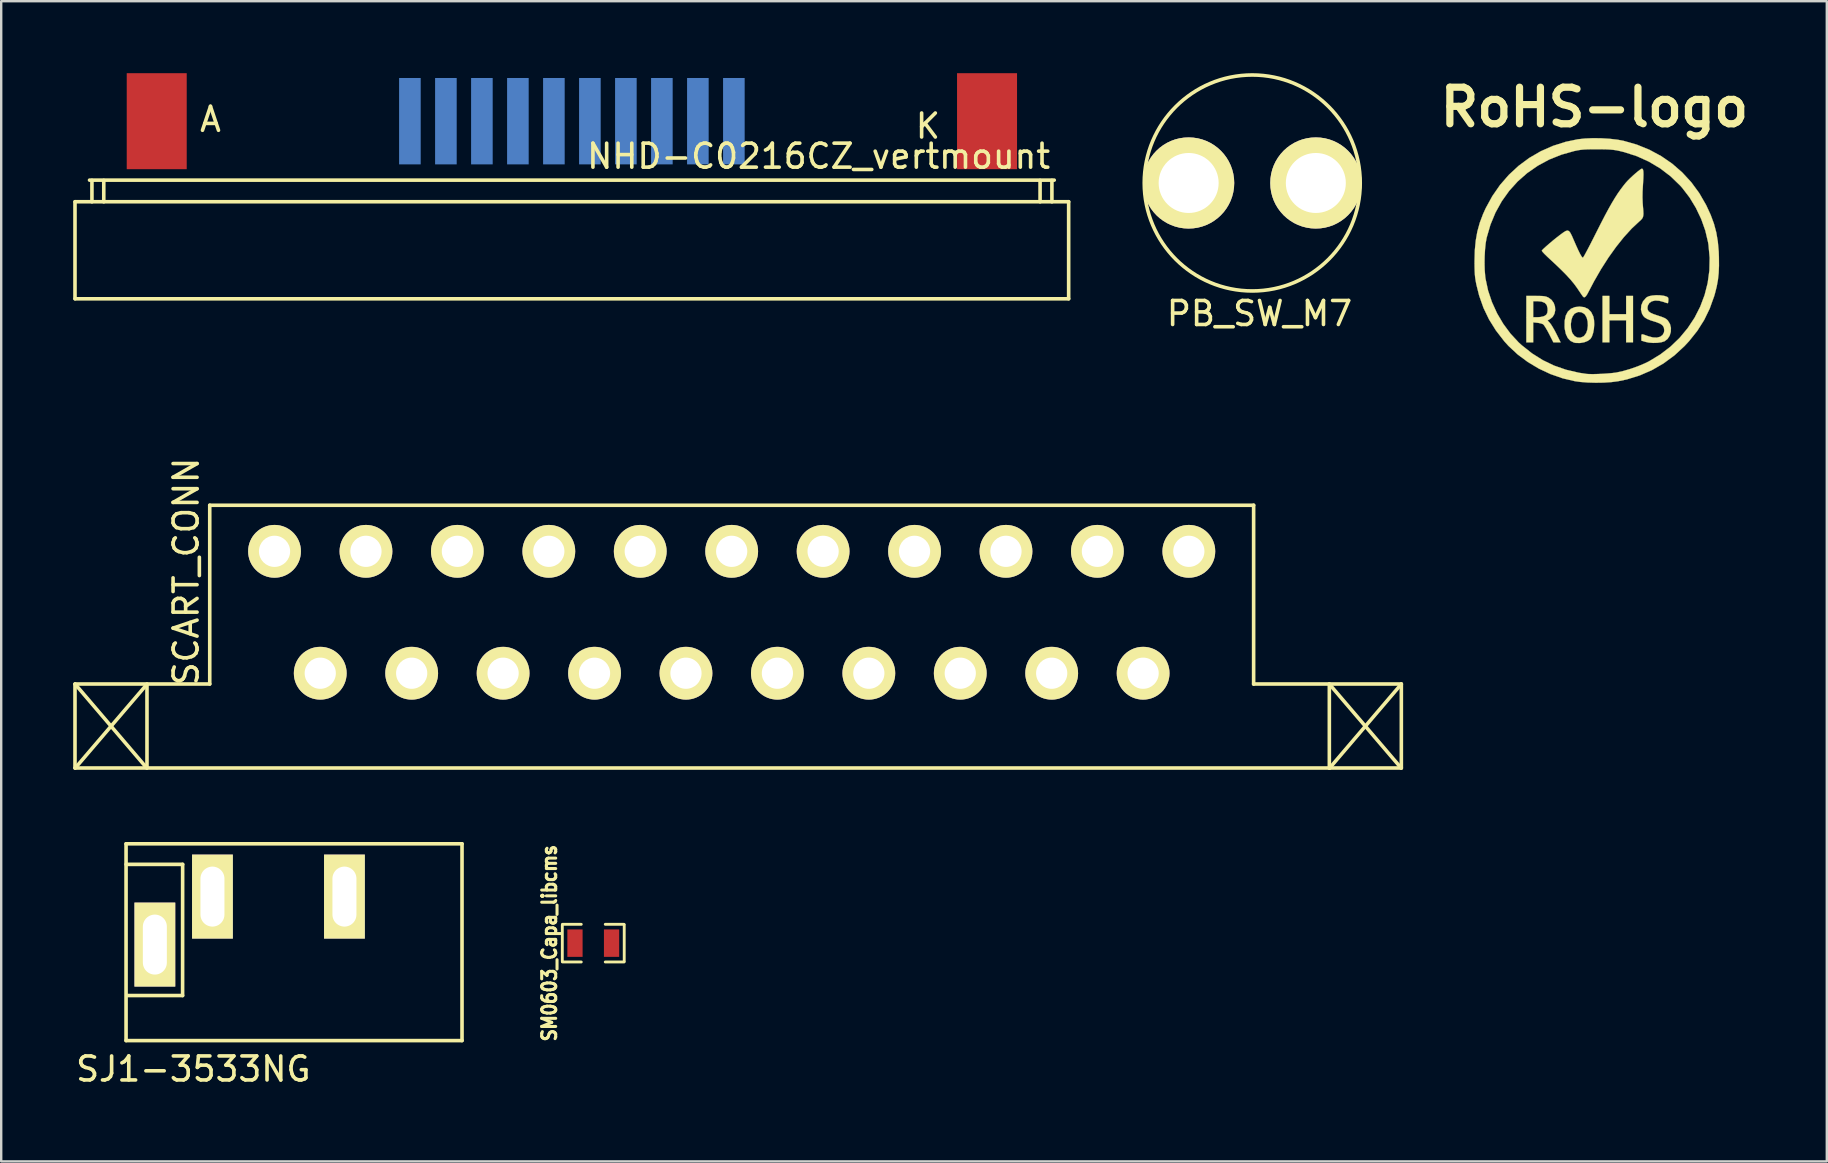
<source format=kicad_pcb>
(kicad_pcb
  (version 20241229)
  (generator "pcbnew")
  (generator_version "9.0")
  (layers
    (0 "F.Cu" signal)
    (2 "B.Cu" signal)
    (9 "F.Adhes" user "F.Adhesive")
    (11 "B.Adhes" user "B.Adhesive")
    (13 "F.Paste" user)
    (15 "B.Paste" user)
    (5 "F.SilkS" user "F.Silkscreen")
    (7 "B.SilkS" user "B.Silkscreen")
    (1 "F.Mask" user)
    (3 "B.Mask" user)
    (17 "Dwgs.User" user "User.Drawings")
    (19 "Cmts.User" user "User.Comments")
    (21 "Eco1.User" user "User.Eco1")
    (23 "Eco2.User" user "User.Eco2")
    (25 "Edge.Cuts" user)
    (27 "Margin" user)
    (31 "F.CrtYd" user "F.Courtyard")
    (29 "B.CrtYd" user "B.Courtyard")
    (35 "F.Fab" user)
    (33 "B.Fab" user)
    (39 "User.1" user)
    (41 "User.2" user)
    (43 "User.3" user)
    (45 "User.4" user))
  (footprint "SJ1-3533NG"
    (layer "F.Cu")
    (at 3.403 35.412)
    (property "Reference" "SJ1-3533NG" (at 1.603 6.086 0) (layer "F.SilkS") (effects (font (size 1 1) (thickness 0.15))))
    (attr through_hole)
    (fp_line (start -1.2 -3.3) (end -1.2 4.9) (stroke (width 0.15) (type solid)) (layer "F.SilkS"))
    (fp_line (start -1.2 4.9) (end 12.8 4.9) (stroke (width 0.15) (type solid)) (layer "F.SilkS"))
    (fp_line (start -1.168 3.023) (end 1.156 3.023) (stroke (width 0.15) (type solid)) (layer "F.SilkS"))
    (fp_line (start 1.156 3.023) (end 1.158 -2.443) (stroke (width 0.15) (type solid)) (layer "F.SilkS"))
    (fp_line (start 1.158 -2.443) (end -1.196 -2.443) (stroke (width 0.15) (type solid)) (layer "F.SilkS"))
    (fp_line (start 12.8 -3.3) (end -1.2 -3.3) (stroke (width 0.15) (type solid)) (layer "F.SilkS"))
    (fp_line (start 12.8 4.9) (end 12.8 -3.3) (stroke (width 0.15) (type solid)) (layer "F.SilkS"))
    (pad "1" thru_hole rect (at 0 0.9) (size 1.7 3.5) (drill oval 1 2.5) (layers "*.Cu" "*.Mask" "F.SilkS"))
    (pad "2" thru_hole rect (at 2.4 -1.1) (size 1.7 3.5) (drill oval 1 2.5) (layers "*.Cu" "*.Mask" "F.SilkS"))
    (pad "3" thru_hole rect (at 7.9 -1.1) (size 1.7 3.5) (drill oval 1 2.5) (layers "*.Cu" "*.Mask" "F.SilkS")))
  (footprint "SM0603_Capa_libcms"
    (layer "F.Cu")
    (at 21.672 36.252)
    (property "Reference" "SM0603_Capa_libcms" (at -1.829 0 90) (layer "F.SilkS") (effects (font (size 0.584 0.508) (thickness 0.127))))
    (attr smd)
    (fp_line (start -1.29 0.762) (end -1.29 -0.762) (stroke (width 0.119) (type solid)) (layer "F.SilkS"))
    (fp_line (start -1.283 -0.785) (end -0.5 -0.785) (stroke (width 0.119) (type solid)) (layer "F.SilkS"))
    (fp_line (start -0.5 0.785) (end -1.283 0.785) (stroke (width 0.119) (type solid)) (layer "F.SilkS"))
    (fp_line (start 0.5 -0.785) (end 1.283 -0.785) (stroke (width 0.119) (type solid)) (layer "F.SilkS"))
    (fp_line (start 0.5 0.785) (end 1.283 0.785) (stroke (width 0.119) (type solid)) (layer "F.SilkS"))
    (fp_line (start 1.29 -0.762) (end 1.29 0.762) (stroke (width 0.119) (type solid)) (layer "F.SilkS"))
    (pad "1" smd rect (at -0.762 0) (size 0.635 1.143) (layers "F.Cu" "F.Mask" "F.Paste"))
    (pad "2" smd rect (at 0.762 0) (size 0.635 1.143) (layers "F.Cu" "F.Mask" "F.Paste")))
  (footprint "SCART_CONN"
    (layer "F.Cu")
    (at 44.585 25.004)
    (property "Reference" "SCART_CONN" (at -39.878 -4.237 90) (layer "F.SilkS") (effects (font (size 1 1) (thickness 0.15))))
    (attr through_hole)
    (fp_line (start -44.51 3.95) (end -44.51 0.45) (stroke (width 0.15) (type solid)) (layer "F.SilkS"))
    (fp_line (start -44.499 0.46) (end -41.527 3.94) (stroke (width 0.15) (type solid)) (layer "F.SilkS"))
    (fp_line (start -44.492 3.942) (end -41.525 0.475) (stroke (width 0.15) (type solid)) (layer "F.SilkS"))
    (fp_line (start -41.51 3.95) (end -41.51 0.45) (stroke (width 0.15) (type solid)) (layer "F.SilkS"))
    (fp_line (start -38.895 -7) (end 4.605 -7) (stroke (width 0.15) (type solid)) (layer "F.SilkS"))
    (fp_line (start -38.895 0.45) (end -44.51 0.45) (stroke (width 0.15) (type solid)) (layer "F.SilkS"))
    (fp_line (start -38.895 0.45) (end -38.895 -7) (stroke (width 0.15) (type solid)) (layer "F.SilkS"))
    (fp_line (start 4.605 -7) (end 4.605 0.45) (stroke (width 0.15) (type solid)) (layer "F.SilkS"))
    (fp_line (start 4.605 0.45) (end 10.76 0.45) (stroke (width 0.15) (type solid)) (layer "F.SilkS"))
    (fp_line (start 7.76 0.452) (end 10.747 3.945) (stroke (width 0.15) (type solid)) (layer "F.SilkS"))
    (fp_line (start 7.76 0.45) (end 7.76 3.95) (stroke (width 0.15) (type solid)) (layer "F.SilkS"))
    (fp_line (start 7.767 3.957) (end 10.757 0.455) (stroke (width 0.15) (type solid)) (layer "F.SilkS"))
    (fp_line (start 10.76 0.45) (end 10.76 3.95) (stroke (width 0.15) (type solid)) (layer "F.SilkS"))
    (fp_line (start 10.76 3.95) (end -44.51 3.95) (stroke (width 0.15) (type solid)) (layer "F.SilkS"))
    (pad "1" thru_hole circle (at 1.905 -5.08) (size 2.2 2.2) (drill 1.3) (layers "*.Cu" "*.Mask" "F.SilkS"))
    (pad "2" thru_hole circle (at 0 0) (size 2.2 2.2) (drill 1.3) (layers "*.Cu" "*.Mask" "F.SilkS"))
    (pad "3" thru_hole circle (at -1.905 -5.08) (size 2.2 2.2) (drill 1.3) (layers "*.Cu" "*.Mask" "F.SilkS"))
    (pad "4" thru_hole circle (at -3.81 0) (size 2.2 2.2) (drill 1.3) (layers "*.Cu" "*.Mask" "F.SilkS"))
    (pad "5" thru_hole circle (at -5.715 -5.08) (size 2.2 2.2) (drill 1.3) (layers "*.Cu" "*.Mask" "F.SilkS"))
    (pad "6" thru_hole circle (at -7.62 0) (size 2.2 2.2) (drill 1.3) (layers "*.Cu" "*.Mask" "F.SilkS"))
    (pad "7" thru_hole circle (at -9.525 -5.08) (size 2.2 2.2) (drill 1.3) (layers "*.Cu" "*.Mask" "F.SilkS"))
    (pad "8" thru_hole circle (at -11.43 0) (size 2.2 2.2) (drill 1.3) (layers "*.Cu" "*.Mask" "F.SilkS"))
    (pad "9" thru_hole circle (at -13.335 -5.08) (size 2.2 2.2) (drill 1.3) (layers "*.Cu" "*.Mask" "F.SilkS"))
    (pad "10" thru_hole circle (at -15.24 0) (size 2.2 2.2) (drill 1.3) (layers "*.Cu" "*.Mask" "F.SilkS"))
    (pad "11" thru_hole circle (at -17.145 -5.08) (size 2.2 2.2) (drill 1.3) (layers "*.Cu" "*.Mask" "F.SilkS"))
    (pad "12" thru_hole circle (at -19.05 0) (size 2.2 2.2) (drill 1.3) (layers "*.Cu" "*.Mask" "F.SilkS"))
    (pad "13" thru_hole circle (at -20.955 -5.08) (size 2.2 2.2) (drill 1.3) (layers "*.Cu" "*.Mask" "F.SilkS"))
    (pad "14" thru_hole circle (at -22.86 0) (size 2.2 2.2) (drill 1.3) (layers "*.Cu" "*.Mask" "F.SilkS"))
    (pad "15" thru_hole circle (at -24.765 -5.08) (size 2.2 2.2) (drill 1.3) (layers "*.Cu" "*.Mask" "F.SilkS"))
    (pad "16" thru_hole circle (at -26.67 0) (size 2.2 2.2) (drill 1.3) (layers "*.Cu" "*.Mask" "F.SilkS"))
    (pad "17" thru_hole circle (at -28.575 -5.08) (size 2.2 2.2) (drill 1.3) (layers "*.Cu" "*.Mask" "F.SilkS"))
    (pad "18" thru_hole circle (at -30.48 0) (size 2.2 2.2) (drill 1.3) (layers "*.Cu" "*.Mask" "F.SilkS"))
    (pad "19" thru_hole circle (at -32.385 -5.08) (size 2.2 2.2) (drill 1.3) (layers "*.Cu" "*.Mask" "F.SilkS"))
    (pad "20" thru_hole circle (at -34.29 0) (size 2.2 2.2) (drill 1.3) (layers "*.Cu" "*.Mask" "F.SilkS"))
    (pad "21" thru_hole circle (at -36.195 -5.08) (size 2.2 2.2) (drill 1.3) (layers "*.Cu" "*.Mask" "F.SilkS")))
  (footprint "NHD-C0216CZ_vertmount"
    (layer "F.Cu")
    (at 20.781 4.5)
    (property "Reference" "NHD-C0216CZ_vertmount" (at 10.282 -1.039 0) (layer "F.SilkS") (effects (font (size 1 1) (thickness 0.15))))
    (attr through_hole)
    (fp_line (start -20.706 0.856) (end -20.706 4.9) (stroke (width 0.15) (type solid)) (layer "F.SilkS"))
    (fp_line (start -20.7 0.856) (end 20.7 0.856) (stroke (width 0.15) (type solid)) (layer "F.SilkS"))
    (fp_line (start -20.7 4.9) (end 20.7 4.9) (stroke (width 0.15) (type solid)) (layer "F.SilkS"))
    (fp_line (start -20.1 -0.044) (end 20.1 -0.044) (stroke (width 0.15) (type solid)) (layer "F.SilkS"))
    (fp_line (start -20 -0.033) (end -20 0.859) (stroke (width 0.15) (type solid)) (layer "F.SilkS"))
    (fp_line (start -19.507 0.859) (end -19.507 -0.033) (stroke (width 0.15) (type solid)) (layer "F.SilkS"))
    (fp_line (start 19.51 -0.033) (end 19.51 0.859) (stroke (width 0.15) (type solid)) (layer "F.SilkS"))
    (fp_line (start 20.003 0.859) (end 20.003 -0.033) (stroke (width 0.15) (type solid)) (layer "F.SilkS"))
    (fp_line (start 20.701 0.856) (end 20.701 4.9) (stroke (width 0.15) (type solid)) (layer "F.SilkS"))
    (fp_text user "K" (at 14.836 -2.296 0) (layer "F.SilkS") (effects (font (size 1 1) (thickness 0.15))))
    (fp_text user "A" (at -15.06 -2.576 0) (layer "F.SilkS") (effects (font (size 1 1) (thickness 0.15))))
    (pad "1" smd rect (at 6.75 -2.5) (size 0.9 3.6) (layers "B.Cu" "B.Mask" "B.Paste"))
    (pad "2" smd rect (at 5.25 -2.5) (size 0.9 3.6) (layers "B.Cu" "B.Mask" "B.Paste"))
    (pad "3" smd rect (at 3.75 -2.5) (size 0.9 3.6) (layers "B.Cu" "B.Mask" "B.Paste"))
    (pad "4" smd rect (at 2.25 -2.5) (size 0.9 3.6) (layers "B.Cu" "B.Mask" "B.Paste"))
    (pad "5" smd rect (at 0.75 -2.5) (size 0.9 3.6) (layers "B.Cu" "B.Mask" "B.Paste"))
    (pad "6" smd rect (at -0.75 -2.5) (size 0.9 3.6) (layers "B.Cu" "B.Mask" "B.Paste"))
    (pad "7" smd rect (at -2.25 -2.5) (size 0.9 3.6) (layers "B.Cu" "B.Mask" "B.Paste"))
    (pad "8" smd rect (at -3.75 -2.5) (size 0.9 3.6) (layers "B.Cu" "B.Mask" "B.Paste"))
    (pad "9" smd rect (at -5.25 -2.5) (size 0.9 3.6) (layers "B.Cu" "B.Mask" "B.Paste"))
    (pad "10" smd rect (at -6.75 -2.5) (size 0.9 3.6) (layers "B.Cu" "B.Mask" "B.Paste"))
    (pad "11" smd rect (at -17.3 -2.5) (size 2.5 4) (layers "F.Cu" "F.Mask" "F.Paste"))
    (pad "12" smd rect (at 17.3 -2.5) (size 2.5 4) (layers "F.Cu" "F.Mask" "F.Paste")))
  (footprint "RoHS-logo"
    (layer "F.Cu")
    (at 63.475 7.788)
    (property "Reference" "RoHS-logo" (at -0.084 -6.37 0) (layer "F.SilkS") (effects (font (size 1.524 1.524) (thickness 0.3))))
    (attr through_hole)
    (fp_poly (pts (xy 0.54 2.254) (xy 1.238 2.254) (xy 1.238 1.492) (xy 1.524 1.492) (xy 1.524 3.429) (xy 1.238 3.429) (xy 1.238 2.508) (xy 0.54 2.508) (xy 0.54 3.429) (xy 0.254 3.429) (xy 0.254 1.492) (xy 0.54 1.492) (xy 0.54 2.254)) (stroke (width 0.01) (type solid)) (fill yes) (layer "F.SilkS"))
    (fp_poly (pts (xy -0.506 1.962) (xy -0.345 2.037) (xy -0.221 2.163) (xy -0.133 2.341) (xy -0.131 2.346) (xy -0.1 2.498) (xy -0.092 2.675) (xy -0.105 2.861) (xy -0.138 3.037) (xy -0.188 3.185) (xy -0.247 3.281) (xy -0.359 3.366) (xy -0.512 3.426) (xy -0.686 3.456) (xy -0.862 3.452) (xy -0.937 3.437) (xy -1.079 3.37) (xy -1.193 3.25) (xy -1.274 3.081) (xy -1.32 2.869) (xy -1.327 2.787) (xy -1.325 2.665) (xy -1.066 2.665) (xy -1.058 2.838) (xy -1.02 2.998) (xy -0.996 3.054) (xy -0.909 3.166) (xy -0.797 3.227) (xy -0.673 3.234) (xy -0.55 3.184) (xy -0.508 3.151) (xy -0.427 3.04) (xy -0.377 2.892) (xy -0.357 2.724) (xy -0.367 2.554) (xy -0.407 2.398) (xy -0.477 2.275) (xy -0.512 2.239) (xy -0.636 2.17) (xy -0.764 2.164) (xy -0.887 2.219) (xy -0.921 2.246) (xy -0.996 2.351) (xy -1.044 2.497) (xy -1.066 2.665) (xy -1.325 2.665) (xy -1.323 2.526) (xy -1.278 2.312) (xy -1.191 2.146) (xy -1.063 2.028) (xy -0.895 1.959) (xy -0.705 1.937) (xy -0.506 1.962)) (stroke (width 0.01) (type solid)) (fill yes) (layer "F.SilkS"))
    (fp_poly (pts (xy -2.359 1.494) (xy -2.236 1.499) (xy -2.146 1.511) (xy -2.075 1.53) (xy -2.006 1.56) (xy -1.999 1.564) (xy -1.87 1.659) (xy -1.779 1.787) (xy -1.728 1.935) (xy -1.717 2.09) (xy -1.748 2.237) (xy -1.821 2.365) (xy -1.921 2.449) (xy -2.036 2.517) (xy -1.942 2.616) (xy -1.891 2.683) (xy -1.822 2.793) (xy -1.744 2.929) (xy -1.67 3.072) (xy -1.492 3.429) (xy -1.643 3.429) (xy -1.794 3.429) (xy -1.975 3.072) (xy -2.05 2.931) (xy -2.122 2.81) (xy -2.182 2.719) (xy -2.224 2.673) (xy -2.225 2.672) (xy -2.296 2.645) (xy -2.401 2.621) (xy -2.465 2.612) (xy -2.635 2.595) (xy -2.635 3.429) (xy -2.921 3.429) (xy -2.921 1.714) (xy -2.635 1.714) (xy -2.635 2.381) (xy -2.457 2.381) (xy -2.334 2.372) (xy -2.219 2.347) (xy -2.171 2.33) (xy -2.093 2.278) (xy -2.049 2.206) (xy -2.034 2.099) (xy -2.038 1.999) (xy -2.072 1.87) (xy -2.155 1.781) (xy -2.288 1.729) (xy -2.449 1.714) (xy -2.635 1.714) (xy -2.921 1.714) (xy -2.921 1.492) (xy -2.531 1.492) (xy -2.359 1.494)) (stroke (width 0.01) (type solid)) (fill yes) (layer "F.SilkS"))
    (fp_poly (pts (xy 2.651 1.467) (xy 2.801 1.486) (xy 2.857 1.501) (xy 2.944 1.53) (xy 2.985 1.562) (xy 2.997 1.614) (xy 2.997 1.662) (xy 2.991 1.743) (xy 2.981 1.791) (xy 2.979 1.794) (xy 2.944 1.792) (xy 2.869 1.77) (xy 2.8 1.745) (xy 2.611 1.694) (xy 2.443 1.686) (xy 2.304 1.72) (xy 2.201 1.793) (xy 2.14 1.902) (xy 2.127 1.998) (xy 2.139 2.075) (xy 2.179 2.139) (xy 2.256 2.196) (xy 2.378 2.251) (xy 2.555 2.311) (xy 2.565 2.314) (xy 2.721 2.366) (xy 2.831 2.411) (xy 2.908 2.456) (xy 2.968 2.51) (xy 2.979 2.523) (xy 3.065 2.664) (xy 3.105 2.825) (xy 3.099 2.992) (xy 3.052 3.15) (xy 2.965 3.285) (xy 2.84 3.382) (xy 2.833 3.385) (xy 2.708 3.424) (xy 2.544 3.447) (xy 2.362 3.452) (xy 2.184 3.438) (xy 2.04 3.408) (xy 1.873 3.357) (xy 1.873 3.215) (xy 1.873 3.146) (xy 1.88 3.106) (xy 1.905 3.091) (xy 1.959 3.101) (xy 2.054 3.134) (xy 2.159 3.172) (xy 2.35 3.223) (xy 2.518 3.23) (xy 2.656 3.195) (xy 2.757 3.121) (xy 2.815 3.011) (xy 2.826 2.923) (xy 2.809 2.809) (xy 2.754 2.72) (xy 2.652 2.648) (xy 2.497 2.586) (xy 2.445 2.57) (xy 2.255 2.511) (xy 2.117 2.454) (xy 2.019 2.395) (xy 1.951 2.325) (xy 1.902 2.238) (xy 1.899 2.233) (xy 1.855 2.059) (xy 1.87 1.884) (xy 1.94 1.72) (xy 2.063 1.577) (xy 2.106 1.543) (xy 2.196 1.503) (xy 2.33 1.476) (xy 2.488 1.463) (xy 2.651 1.467)) (stroke (width 0.01) (type solid)) (fill yes) (layer "F.SilkS"))
    (fp_poly (pts (xy 1.924 -3.798) (xy 1.945 -3.757) (xy 1.956 -3.681) (xy 1.959 -3.563) (xy 1.954 -3.397) (xy 1.941 -3.175) (xy 1.939 -3.141) (xy 1.923 -2.857) (xy 1.919 -2.612) (xy 1.927 -2.385) (xy 1.938 -2.236) (xy 1.953 -2.055) (xy 1.958 -1.923) (xy 1.948 -1.828) (xy 1.922 -1.755) (xy 1.875 -1.693) (xy 1.804 -1.626) (xy 1.783 -1.608) (xy 1.465 -1.31) (xy 1.142 -0.955) (xy 0.82 -0.552) (xy 0.502 -0.107) (xy 0.194 0.374) (xy -0.099 0.883) (xy -0.298 1.262) (xy -0.376 1.41) (xy -0.437 1.503) (xy -0.487 1.547) (xy -0.53 1.546) (xy -0.564 1.516) (xy -0.594 1.475) (xy -0.651 1.393) (xy -0.725 1.283) (xy -0.797 1.175) (xy -0.926 0.998) (xy -1.085 0.805) (xy -1.281 0.593) (xy -1.518 0.356) (xy -1.799 0.09) (xy -1.946 -0.045) (xy -2.066 -0.158) (xy -2.167 -0.257) (xy -2.239 -0.335) (xy -2.275 -0.384) (xy -2.277 -0.393) (xy -2.247 -0.431) (xy -2.176 -0.501) (xy -2.073 -0.593) (xy -1.948 -0.702) (xy -1.81 -0.818) (xy -1.667 -0.933) (xy -1.528 -1.041) (xy -1.514 -1.051) (xy -1.38 -1.15) (xy -1.28 -1.212) (xy -1.204 -1.232) (xy -1.143 -1.208) (xy -1.086 -1.136) (xy -1.023 -1.012) (xy -0.952 -0.849) (xy -0.841 -0.595) (xy -0.75 -0.396) (xy -0.678 -0.251) (xy -0.623 -0.157) (xy -0.583 -0.109) (xy -0.562 -0.102) (xy -0.539 -0.133) (xy -0.492 -0.213) (xy -0.424 -0.338) (xy -0.338 -0.5) (xy -0.238 -0.693) (xy -0.127 -0.911) (xy -0.016 -1.131) (xy 0.175 -1.509) (xy 0.344 -1.837) (xy 0.496 -2.119) (xy 0.634 -2.365) (xy 0.763 -2.58) (xy 0.886 -2.772) (xy 1.009 -2.947) (xy 1.134 -3.112) (xy 1.221 -3.219) (xy 1.3 -3.307) (xy 1.402 -3.409) (xy 1.516 -3.516) (xy 1.633 -3.619) (xy 1.74 -3.708) (xy 1.827 -3.774) (xy 1.883 -3.808) (xy 1.893 -3.81) (xy 1.924 -3.798)) (stroke (width 0.01) (type solid)) (fill yes) (layer "F.SilkS"))
    (fp_poly (pts (xy 0.199 -5.076) (xy 0.547 -5.055) (xy 0.871 -5.018) (xy 1.125 -4.971) (xy 1.681 -4.812) (xy 2.207 -4.598) (xy 2.7 -4.332) (xy 3.157 -4.017) (xy 3.575 -3.653) (xy 3.952 -3.244) (xy 4.284 -2.792) (xy 4.569 -2.298) (xy 4.589 -2.257) (xy 4.764 -1.876) (xy 4.898 -1.512) (xy 4.995 -1.148) (xy 5.059 -0.768) (xy 5.096 -0.354) (xy 5.104 -0.125) (xy 5.107 0.229) (xy 5.094 0.54) (xy 5.063 0.826) (xy 5.012 1.103) (xy 4.939 1.392) (xy 4.905 1.508) (xy 4.72 2.022) (xy 4.487 2.501) (xy 4.202 2.95) (xy 3.86 3.378) (xy 3.67 3.583) (xy 3.25 3.971) (xy 2.796 4.305) (xy 2.313 4.585) (xy 1.802 4.807) (xy 1.265 4.973) (xy 0.894 5.05) (xy 0.618 5.085) (xy 0.303 5.106) (xy -0.031 5.111) (xy -0.362 5.102) (xy -0.67 5.078) (xy -0.891 5.048) (xy -1.408 4.927) (xy -1.914 4.75) (xy -2.401 4.522) (xy -2.86 4.247) (xy -3.285 3.931) (xy -3.665 3.577) (xy -3.842 3.381) (xy -4.188 2.934) (xy -4.475 2.474) (xy -4.706 1.994) (xy -4.886 1.486) (xy -5.003 1.021) (xy -5.031 0.874) (xy -5.052 0.741) (xy -5.066 0.606) (xy -5.074 0.454) (xy -5.079 0.269) (xy -5.079 0.139) (xy -4.663 0.139) (xy -4.655 0.424) (xy -4.634 0.681) (xy -4.621 0.778) (xy -4.516 1.268) (xy -4.354 1.751) (xy -4.141 2.218) (xy -3.881 2.659) (xy -3.58 3.066) (xy -3.243 3.429) (xy -3.115 3.546) (xy -2.686 3.886) (xy -2.239 4.168) (xy -1.768 4.395) (xy -1.267 4.569) (xy -0.732 4.694) (xy -0.413 4.743) (xy -0.297 4.75) (xy -0.134 4.752) (xy 0.06 4.747) (xy 0.267 4.738) (xy 0.473 4.724) (xy 0.661 4.707) (xy 0.814 4.688) (xy 0.841 4.683) (xy 1.116 4.622) (xy 1.418 4.534) (xy 1.724 4.426) (xy 2.008 4.307) (xy 2.191 4.218) (xy 2.659 3.934) (xy 3.086 3.607) (xy 3.467 3.24) (xy 3.802 2.837) (xy 4.089 2.403) (xy 4.324 1.942) (xy 4.507 1.457) (xy 4.635 0.954) (xy 4.706 0.436) (xy 4.718 -0.093) (xy 4.67 -0.628) (xy 4.651 -0.746) (xy 4.537 -1.229) (xy 4.367 -1.708) (xy 4.146 -2.172) (xy 3.882 -2.608) (xy 3.579 -3.003) (xy 3.485 -3.109) (xy 3.091 -3.49) (xy 2.658 -3.821) (xy 2.189 -4.101) (xy 1.688 -4.328) (xy 1.158 -4.499) (xy 0.958 -4.548) (xy 0.833 -4.574) (xy 0.71 -4.592) (xy 0.577 -4.605) (xy 0.42 -4.613) (xy 0.224 -4.617) (xy 0.032 -4.618) (xy -0.198 -4.618) (xy -0.378 -4.614) (xy -0.523 -4.607) (xy -0.647 -4.595) (xy -0.764 -4.577) (xy -0.888 -4.552) (xy -0.917 -4.546) (xy -1.46 -4.393) (xy -1.971 -4.188) (xy -2.446 -3.931) (xy -2.884 -3.627) (xy -3.282 -3.277) (xy -3.636 -2.885) (xy -3.945 -2.452) (xy -4.206 -1.982) (xy -4.416 -1.476) (xy -4.573 -0.938) (xy -4.576 -0.925) (xy -4.615 -0.707) (xy -4.642 -0.445) (xy -4.658 -0.157) (xy -4.663 0.139) (xy -5.079 0.139) (xy -5.08 0.044) (xy -5.068 -0.408) (xy -5.029 -0.816) (xy -4.962 -1.193) (xy -4.862 -1.555) (xy -4.726 -1.916) (xy -4.616 -2.159) (xy -4.34 -2.664) (xy -4.018 -3.129) (xy -3.651 -3.551) (xy -3.245 -3.927) (xy -2.801 -4.256) (xy -2.323 -4.534) (xy -1.815 -4.759) (xy -1.28 -4.929) (xy -0.779 -5.033) (xy -0.484 -5.066) (xy -0.151 -5.08) (xy 0.199 -5.076)) (stroke (width 0.01) (type solid)) (fill yes) (layer "F.SilkS")))
  (footprint "PB_SW_M7"
    (layer "F.Cu")
    (at 49.132 4.575)
    (property "Reference" "PB_SW_M7" (at 0.302 5.441 0) (layer "F.SilkS") (effects (font (size 1 1) (thickness 0.15))))
    (attr through_hole)
    (fp_circle (center 0 0) (end 4.5 -0.01) (stroke (width 0.15) (type solid)) (fill no) (layer "F.SilkS"))
    (pad "1" thru_hole circle (at -2.65 0) (size 3.8 3.8) (drill 2.5) (layers "*.Cu" "B.Mask" "F.SilkS"))
    (pad "2" thru_hole circle (at 2.65 0) (size 3.8 3.8) (drill 2.5) (layers "*.Cu" "B.Mask" "F.SilkS")))
  (gr_rect
    (start -3 -3)
    (end 73.075 45.346)
    (stroke (width 0.1) (type default))
    (fill no)
    (layer "Edge.Cuts")))
</source>
